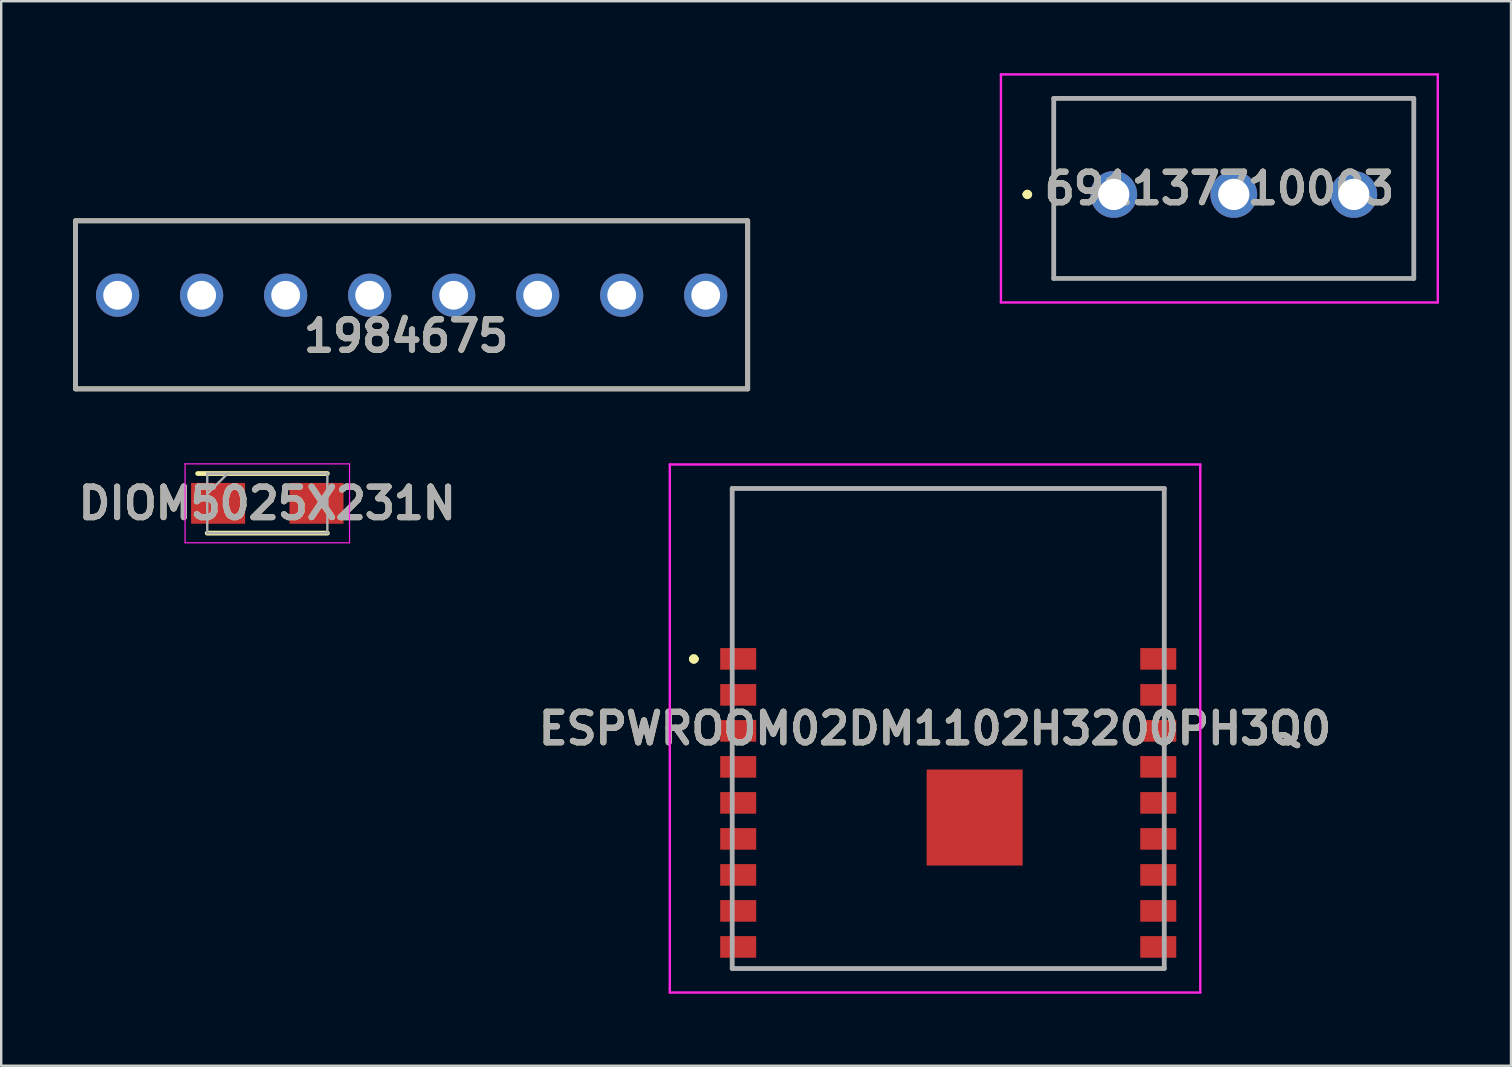
<source format=kicad_pcb>
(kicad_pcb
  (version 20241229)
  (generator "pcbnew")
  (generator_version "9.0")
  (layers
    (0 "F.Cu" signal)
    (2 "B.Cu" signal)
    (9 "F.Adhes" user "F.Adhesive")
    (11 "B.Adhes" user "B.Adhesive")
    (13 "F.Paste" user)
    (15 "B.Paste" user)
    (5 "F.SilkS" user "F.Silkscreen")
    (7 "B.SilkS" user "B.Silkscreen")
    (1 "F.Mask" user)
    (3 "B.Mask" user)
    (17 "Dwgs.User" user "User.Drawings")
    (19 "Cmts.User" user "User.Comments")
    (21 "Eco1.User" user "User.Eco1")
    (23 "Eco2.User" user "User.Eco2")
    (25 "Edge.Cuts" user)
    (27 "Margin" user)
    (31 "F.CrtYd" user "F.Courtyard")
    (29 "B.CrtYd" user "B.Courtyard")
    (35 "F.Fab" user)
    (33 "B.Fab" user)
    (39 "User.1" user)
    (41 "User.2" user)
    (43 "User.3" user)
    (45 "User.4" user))
  (footprint "691137710003"
    (layer "F.Cu")
    (at 43.35 5.05)
    (property "Reference" "691137710003" (at 4.4 -0.25 0) (layer "F.SilkS") (effects (font (size 1.27 1.27) (thickness 0.254))))
    (attr through_hole)
    (fp_line (start -3.7 0) (end -3.7 0) (stroke (width 0.2) (type solid)) (layer "F.SilkS"))
    (fp_line (start -3.5 0) (end -3.5 0) (stroke (width 0.2) (type solid)) (layer "F.SilkS"))
    (fp_line (start -2.5 -4) (end 12.5 -4) (stroke (width 0.1) (type solid)) (layer "F.SilkS"))
    (fp_line (start -2.5 3.5) (end -2.5 -4) (stroke (width 0.1) (type solid)) (layer "F.SilkS"))
    (fp_line (start 12.5 -4) (end 12.5 3.5) (stroke (width 0.1) (type solid)) (layer "F.SilkS"))
    (fp_line (start 12.5 3.5) (end -2.5 3.5) (stroke (width 0.1) (type solid)) (layer "F.SilkS"))
    (fp_arc (start -3.7 0) (mid -3.6 -0.1) (end -3.5 0) (stroke (width 0.2) (type solid)) (layer "F.SilkS"))
    (fp_arc (start -3.5 0) (mid -3.6 0.1) (end -3.7 0) (stroke (width 0.2) (type solid)) (layer "F.SilkS"))
    (fp_line (start -4.7 -5) (end 13.5 -5) (stroke (width 0.1) (type solid)) (layer "F.CrtYd"))
    (fp_line (start -4.7 4.5) (end -4.7 -5) (stroke (width 0.1) (type solid)) (layer "F.CrtYd"))
    (fp_line (start 13.5 -5) (end 13.5 4.5) (stroke (width 0.1) (type solid)) (layer "F.CrtYd"))
    (fp_line (start 13.5 4.5) (end -4.7 4.5) (stroke (width 0.1) (type solid)) (layer "F.CrtYd"))
    (fp_line (start -2.5 -4) (end 12.5 -4) (stroke (width 0.2) (type solid)) (layer "F.Fab"))
    (fp_line (start -2.5 3.5) (end -2.5 -4) (stroke (width 0.2) (type solid)) (layer "F.Fab"))
    (fp_line (start 12.5 -4) (end 12.5 3.5) (stroke (width 0.2) (type solid)) (layer "F.Fab"))
    (fp_line (start 12.5 3.5) (end -2.5 3.5) (stroke (width 0.2) (type solid)) (layer "F.Fab"))
    (fp_text user "${REFERENCE}" (at 4.4 -0.25 0) (layer "F.Fab") (effects (font (size 1.27 1.27) (thickness 0.254))))
    (pad "1" thru_hole circle (at 0 0) (size 1.95 1.95) (drill 1.3) (layers "*.Cu" "*.Mask"))
    (pad "2" thru_hole circle (at 5 0) (size 1.95 1.95) (drill 1.3) (layers "*.Cu" "*.Mask"))
    (pad "3" thru_hole circle (at 10 0) (size 1.95 1.95) (drill 1.3) (layers "*.Cu" "*.Mask")))
  (footprint "DIOM5025X231N"
    (layer "F.Cu")
    (at 8.086 17.92)
    (property "Reference" "DIOM5025X231N" (at 0 0 0) (layer "F.SilkS") (effects (font (size 1.27 1.27) (thickness 0.254))))
    (attr smd)
    (fp_line (start -2.502 1.242) (end 2.502 1.242) (stroke (width 0.2) (type solid)) (layer "F.SilkS"))
    (fp_line (start 2.502 -1.242) (end -2.9 -1.242) (stroke (width 0.2) (type solid)) (layer "F.SilkS"))
    (fp_line (start -3.425 -1.645) (end 3.425 -1.645) (stroke (width 0.05) (type solid)) (layer "F.CrtYd"))
    (fp_line (start -3.425 1.645) (end -3.425 -1.645) (stroke (width 0.05) (type solid)) (layer "F.CrtYd"))
    (fp_line (start 3.425 -1.645) (end 3.425 1.645) (stroke (width 0.05) (type solid)) (layer "F.CrtYd"))
    (fp_line (start 3.425 1.645) (end -3.425 1.645) (stroke (width 0.05) (type solid)) (layer "F.CrtYd"))
    (fp_line (start -2.502 -1.242) (end 2.502 -1.242) (stroke (width 0.1) (type solid)) (layer "F.Fab"))
    (fp_line (start -2.502 -0.392) (end -1.652 -1.242) (stroke (width 0.1) (type solid)) (layer "F.Fab"))
    (fp_line (start -2.502 1.242) (end -2.502 -1.242) (stroke (width 0.1) (type solid)) (layer "F.Fab"))
    (fp_line (start 2.502 -1.242) (end 2.502 1.242) (stroke (width 0.1) (type solid)) (layer "F.Fab"))
    (fp_line (start 2.502 1.242) (end -2.502 1.242) (stroke (width 0.1) (type solid)) (layer "F.Fab"))
    (fp_text user "${REFERENCE}" (at 0 0 0) (layer "F.Fab") (effects (font (size 1.27 1.27) (thickness 0.254))))
    (pad "1" smd rect (at -2.05 0 90) (size 1.7 2.25) (layers "F.Cu" "F.Mask" "F.Paste"))
    (pad "2" smd rect (at 2.05 0 90) (size 1.7 2.25) (layers "F.Cu" "F.Mask" "F.Paste")))
  (footprint "1984675"
    (layer "F.Cu")
    (at 35.35 0.25)
    (property "Reference" "1984675" (at -21.478 10.697 0) (layer "F.SilkS") (effects (font (size 1.27 1.27) (thickness 0.254))))
    (attr through_hole)
    (fp_line (start -35.25 5.9) (end -7.25 5.9) (stroke (width 0.2) (type solid)) (layer "F.SilkS"))
    (fp_line (start -35.25 12.9) (end -35.25 5.9) (stroke (width 0.2) (type solid)) (layer "F.SilkS"))
    (fp_line (start -7.25 5.9) (end -7.25 12.9) (stroke (width 0.2) (type solid)) (layer "F.SilkS"))
    (fp_line (start -7.25 12.9) (end -35.25 12.9) (stroke (width 0.2) (type solid)) (layer "F.SilkS"))
    (fp_line (start -35.25 5.9) (end -7.25 5.9) (stroke (width 0.2) (type solid)) (layer "F.Fab"))
    (fp_line (start -35.25 12.9) (end -35.25 5.9) (stroke (width 0.2) (type solid)) (layer "F.Fab"))
    (fp_line (start -7.25 5.9) (end -7.25 12.9) (stroke (width 0.2) (type solid)) (layer "F.Fab"))
    (fp_line (start -7.25 12.9) (end -35.25 12.9) (stroke (width 0.2) (type solid)) (layer "F.Fab"))
    (fp_text user "${REFERENCE}" (at -21.478 10.697 0) (layer "F.Fab") (effects (font (size 1.27 1.27) (thickness 0.254))))
    (pad "1" thru_hole circle (at -33.5 9) (size 1.8 1.8) (drill 1.2) (layers "*.Cu" "*.Mask"))
    (pad "2" thru_hole circle (at -30 9) (size 1.8 1.8) (drill 1.2) (layers "*.Cu" "*.Mask"))
    (pad "3" thru_hole circle (at -26.5 9) (size 1.8 1.8) (drill 1.2) (layers "*.Cu" "*.Mask"))
    (pad "4" thru_hole circle (at -23 9) (size 1.8 1.8) (drill 1.2) (layers "*.Cu" "*.Mask"))
    (pad "5" thru_hole circle (at -19.5 9) (size 1.8 1.8) (drill 1.2) (layers "*.Cu" "*.Mask"))
    (pad "6" thru_hole circle (at -16 9) (size 1.8 1.8) (drill 1.2) (layers "*.Cu" "*.Mask"))
    (pad "7" thru_hole circle (at -12.5 9) (size 1.8 1.8) (drill 1.2) (layers "*.Cu" "*.Mask"))
    (pad "8" thru_hole circle (at -9 9) (size 1.8 1.8) (drill 1.2) (layers "*.Cu" "*.Mask")))
  (footprint "ESPWROOM02DM1102H3200PH3Q0"
    (layer "F.Cu")
    (at 36.455 27.3)
    (property "Reference" "ESPWROOM02DM1102H3200PH3Q0" (at -0.55 0 0) (layer "F.SilkS") (effects (font (size 1.27 1.27) (thickness 0.254))))
    (attr smd)
    (fp_line (start -10.7 -2.9) (end -10.7 -2.9) (stroke (width 0.2) (type solid)) (layer "F.SilkS"))
    (fp_line (start -10.7 -2.9) (end -10.7 -2.9) (stroke (width 0.2) (type solid)) (layer "F.SilkS"))
    (fp_line (start -10.5 -2.9) (end -10.5 -2.9) (stroke (width 0.2) (type solid)) (layer "F.SilkS"))
    (fp_line (start -9 -10) (end -9 -10) (stroke (width 0.1) (type solid)) (layer "F.SilkS"))
    (fp_line (start -9 -10) (end -9 -10) (stroke (width 0.1) (type solid)) (layer "F.SilkS"))
    (fp_line (start -9 -10) (end -9 -4) (stroke (width 0.1) (type solid)) (layer "F.SilkS"))
    (fp_line (start -9 -10) (end 9 -10) (stroke (width 0.1) (type solid)) (layer "F.SilkS"))
    (fp_line (start -9 -4) (end -9 -10) (stroke (width 0.1) (type solid)) (layer "F.SilkS"))
    (fp_line (start -9 -4) (end -9 -4) (stroke (width 0.1) (type solid)) (layer "F.SilkS"))
    (fp_line (start -9 10) (end -9 10) (stroke (width 0.1) (type solid)) (layer "F.SilkS"))
    (fp_line (start -9 10) (end 9 10) (stroke (width 0.1) (type solid)) (layer "F.SilkS"))
    (fp_line (start 9 -10) (end -9 -10) (stroke (width 0.1) (type solid)) (layer "F.SilkS"))
    (fp_line (start 9 -10) (end 9 -10) (stroke (width 0.1) (type solid)) (layer "F.SilkS"))
    (fp_line (start 9 -10) (end 9 -10) (stroke (width 0.1) (type solid)) (layer "F.SilkS"))
    (fp_line (start 9 -10) (end 9 -4) (stroke (width 0.1) (type solid)) (layer "F.SilkS"))
    (fp_line (start 9 -4) (end 9 -10) (stroke (width 0.1) (type solid)) (layer "F.SilkS"))
    (fp_line (start 9 -4) (end 9 -4) (stroke (width 0.1) (type solid)) (layer "F.SilkS"))
    (fp_line (start 9 10) (end -9 10) (stroke (width 0.1) (type solid)) (layer "F.SilkS"))
    (fp_line (start 9 10) (end 9 10) (stroke (width 0.1) (type solid)) (layer "F.SilkS"))
    (fp_arc (start -10.7 -2.9) (mid -10.6 -3) (end -10.5 -2.9) (stroke (width 0.2) (type solid)) (layer "F.SilkS"))
    (fp_arc (start -10.5 -2.9) (mid -10.6 -2.8) (end -10.7 -2.9) (stroke (width 0.2) (type solid)) (layer "F.SilkS"))
    (fp_arc (start -10.5 -2.9) (mid -10.6 -2.8) (end -10.7 -2.9) (stroke (width 0.2) (type solid)) (layer "F.SilkS"))
    (fp_line (start -11.6 -11) (end 10.5 -11) (stroke (width 0.1) (type solid)) (layer "F.CrtYd"))
    (fp_line (start -11.6 11) (end -11.6 -11) (stroke (width 0.1) (type solid)) (layer "F.CrtYd"))
    (fp_line (start 10.5 -11) (end 10.5 11) (stroke (width 0.1) (type solid)) (layer "F.CrtYd"))
    (fp_line (start 10.5 11) (end -11.6 11) (stroke (width 0.1) (type solid)) (layer "F.CrtYd"))
    (fp_line (start -9 -10) (end -9 10) (stroke (width 0.2) (type solid)) (layer "F.Fab"))
    (fp_line (start -9 10) (end 9 10) (stroke (width 0.2) (type solid)) (layer "F.Fab"))
    (fp_line (start 9 -10) (end -9 -10) (stroke (width 0.2) (type solid)) (layer "F.Fab"))
    (fp_line (start 9 10) (end 9 -10) (stroke (width 0.2) (type solid)) (layer "F.Fab"))
    (fp_text user "${REFERENCE}" (at -0.55 0 0) (layer "F.Fab") (effects (font (size 1.27 1.27) (thickness 0.254))))
    (pad "1" smd rect (at -8.75 -2.9 90) (size 0.9 1.5) (layers "F.Cu" "F.Mask" "F.Paste"))
    (pad "2" smd rect (at -8.75 -1.4 90) (size 0.9 1.5) (layers "F.Cu" "F.Mask" "F.Paste"))
    (pad "3" smd rect (at -8.75 0.1 90) (size 0.9 1.5) (layers "F.Cu" "F.Mask" "F.Paste"))
    (pad "4" smd rect (at -8.75 1.6 90) (size 0.9 1.5) (layers "F.Cu" "F.Mask" "F.Paste"))
    (pad "5" smd rect (at -8.75 3.1 90) (size 0.9 1.5) (layers "F.Cu" "F.Mask" "F.Paste"))
    (pad "6" smd rect (at -8.75 4.6 90) (size 0.9 1.5) (layers "F.Cu" "F.Mask" "F.Paste"))
    (pad "7" smd rect (at -8.75 6.1 90) (size 0.9 1.5) (layers "F.Cu" "F.Mask" "F.Paste"))
    (pad "8" smd rect (at -8.75 7.6 90) (size 0.9 1.5) (layers "F.Cu" "F.Mask" "F.Paste"))
    (pad "9" smd rect (at -8.75 9.1 90) (size 0.9 1.5) (layers "F.Cu" "F.Mask" "F.Paste"))
    (pad "10" smd rect (at 8.75 9.1 90) (size 0.9 1.5) (layers "F.Cu" "F.Mask" "F.Paste"))
    (pad "11" smd rect (at 8.75 7.6 90) (size 0.9 1.5) (layers "F.Cu" "F.Mask" "F.Paste"))
    (pad "12" smd rect (at 8.75 6.1 90) (size 0.9 1.5) (layers "F.Cu" "F.Mask" "F.Paste"))
    (pad "13" smd rect (at 8.75 4.6 90) (size 0.9 1.5) (layers "F.Cu" "F.Mask" "F.Paste"))
    (pad "14" smd rect (at 8.75 3.1 90) (size 0.9 1.5) (layers "F.Cu" "F.Mask" "F.Paste"))
    (pad "15" smd rect (at 8.75 1.6 90) (size 0.9 1.5) (layers "F.Cu" "F.Mask" "F.Paste"))
    (pad "16" smd rect (at 8.75 0.1 90) (size 0.9 1.5) (layers "F.Cu" "F.Mask" "F.Paste"))
    (pad "17" smd rect (at 8.75 -1.4 90) (size 0.9 1.5) (layers "F.Cu" "F.Mask" "F.Paste"))
    (pad "18" smd rect (at 8.75 -2.9 90) (size 0.9 1.5) (layers "F.Cu" "F.Mask" "F.Paste"))
    (pad "19" smd rect (at 1.1 3.71 90) (size 4 4) (layers "F.Cu" "F.Mask" "F.Paste")))
  (gr_rect
    (start -3 -3)
    (end 59.9 41.35)
    (stroke (width 0.1) (type default))
    (fill no)
    (layer "Edge.Cuts")))
</source>
